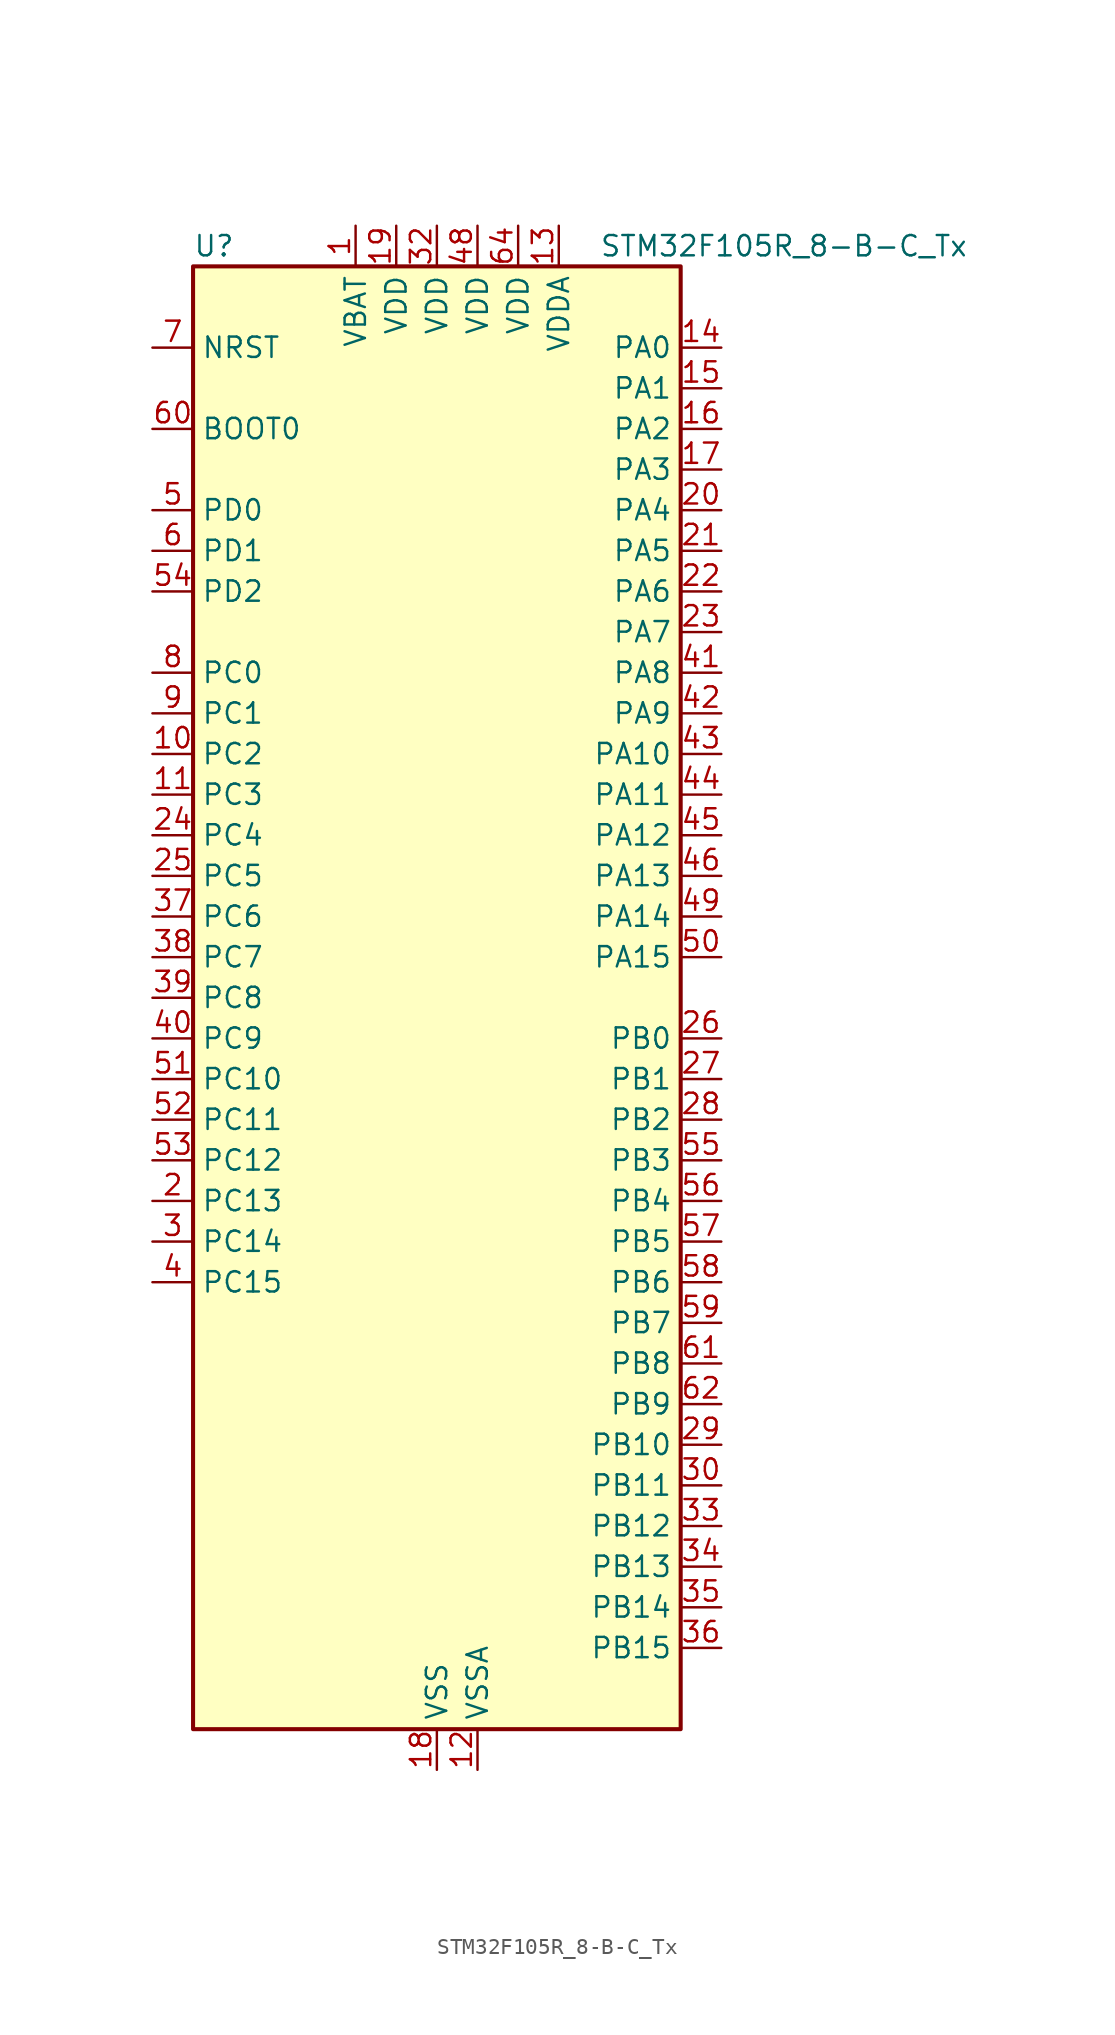
<source format=kicad_sym>
(kicad_symbol_lib
  (version 20241209)
  (generator "kicad_symbol_editor")
  (generator_version "9.0")
  (symbol "STM32F105R_8-B-C_Tx"
    (property "Reference" "U"
      (at -15.24 46.99 0)
      (effects (font (size 1.27 1.27)) (justify left)))
    (property "Value" "STM32F105R_8-B-C_Tx"
      (at 10.16 46.99 0)
      (effects (font (size 1.27 1.27)) (justify left)))
    (symbol "STM32F105R_8-B-C_Tx_0_1"
      (rectangle (start -15.24 -45.72) (end 15.24 45.72) (stroke (width 0.254) (type default)) (fill (type background))))
    (symbol "STM32F105R_8-B-C_Tx_1_1"
      (pin input line (at -17.78 40.64 0) (length 2.54) (name "NRST" (effects (font (size 1.27 1.27)))) (number "7" (effects (font (size 1.27 1.27)))))
      (pin input line (at -17.78 35.56 0) (length 2.54) (name "BOOT0" (effects (font (size 1.27 1.27)))) (number "60" (effects (font (size 1.27 1.27)))))
      (pin bidirectional line (at -17.78 30.48 0) (length 2.54) (name "PD0" (effects (font (size 1.27 1.27)))) (number "5" (effects (font (size 1.27 1.27)))) (alternate "RCC_OSC_IN" bidirectional line))
      (pin bidirectional line (at -17.78 27.94 0) (length 2.54) (name "PD1" (effects (font (size 1.27 1.27)))) (number "6" (effects (font (size 1.27 1.27)))) (alternate "RCC_OSC_OUT" bidirectional line))
      (pin bidirectional line (at -17.78 25.4 0) (length 2.54) (name "PD2" (effects (font (size 1.27 1.27)))) (number "54" (effects (font (size 1.27 1.27)))) (alternate "TIM3_ETR" bidirectional line) (alternate "UART5_RX" bidirectional line))
      (pin bidirectional line (at -17.78 20.32 0) (length 2.54) (name "PC0" (effects (font (size 1.27 1.27)))) (number "8" (effects (font (size 1.27 1.27)))) (alternate "ADC1_IN10" bidirectional line) (alternate "ADC2_IN10" bidirectional line))
      (pin bidirectional line (at -17.78 17.78 0) (length 2.54) (name "PC1" (effects (font (size 1.27 1.27)))) (number "9" (effects (font (size 1.27 1.27)))) (alternate "ADC1_IN11" bidirectional line) (alternate "ADC2_IN11" bidirectional line))
      (pin bidirectional line (at -17.78 15.24 0) (length 2.54) (name "PC2" (effects (font (size 1.27 1.27)))) (number "10" (effects (font (size 1.27 1.27)))) (alternate "ADC1_IN12" bidirectional line) (alternate "ADC2_IN12" bidirectional line))
      (pin bidirectional line (at -17.78 12.7 0) (length 2.54) (name "PC3" (effects (font (size 1.27 1.27)))) (number "11" (effects (font (size 1.27 1.27)))) (alternate "ADC1_IN13" bidirectional line) (alternate "ADC2_IN13" bidirectional line))
      (pin bidirectional line (at -17.78 10.16 0) (length 2.54) (name "PC4" (effects (font (size 1.27 1.27)))) (number "24" (effects (font (size 1.27 1.27)))) (alternate "ADC1_IN14" bidirectional line) (alternate "ADC2_IN14" bidirectional line))
      (pin bidirectional line (at -17.78 7.62 0) (length 2.54) (name "PC5" (effects (font (size 1.27 1.27)))) (number "25" (effects (font (size 1.27 1.27)))) (alternate "ADC1_IN15" bidirectional line) (alternate "ADC2_IN15" bidirectional line))
      (pin bidirectional line (at -17.78 5.08 0) (length 2.54) (name "PC6" (effects (font (size 1.27 1.27)))) (number "37" (effects (font (size 1.27 1.27)))) (alternate "I2S2_MCK" bidirectional line) (alternate "TIM3_CH1" bidirectional line))
      (pin bidirectional line (at -17.78 2.54 0) (length 2.54) (name "PC7" (effects (font (size 1.27 1.27)))) (number "38" (effects (font (size 1.27 1.27)))) (alternate "I2S3_MCK" bidirectional line) (alternate "TIM3_CH2" bidirectional line))
      (pin bidirectional line (at -17.78 0 0) (length 2.54) (name "PC8" (effects (font (size 1.27 1.27)))) (number "39" (effects (font (size 1.27 1.27)))) (alternate "TIM3_CH3" bidirectional line))
      (pin bidirectional line (at -17.78 -2.54 0) (length 2.54) (name "PC9" (effects (font (size 1.27 1.27)))) (number "40" (effects (font (size 1.27 1.27)))) (alternate "DAC_EXTI9" bidirectional line) (alternate "TIM3_CH4" bidirectional line))
      (pin bidirectional line (at -17.78 -5.08 0) (length 2.54) (name "PC10" (effects (font (size 1.27 1.27)))) (number "51" (effects (font (size 1.27 1.27)))) (alternate "I2S3_CK" bidirectional line) (alternate "SPI3_SCK" bidirectional line) (alternate "UART4_TX" bidirectional line) (alternate "USART3_TX" bidirectional line))
      (pin bidirectional line (at -17.78 -7.62 0) (length 2.54) (name "PC11" (effects (font (size 1.27 1.27)))) (number "52" (effects (font (size 1.27 1.27)))) (alternate "ADC1_EXTI11" bidirectional line) (alternate "ADC2_EXTI11" bidirectional line) (alternate "SPI3_MISO" bidirectional line) (alternate "UART4_RX" bidirectional line) (alternate "USART3_RX" bidirectional line))
      (pin bidirectional line (at -17.78 -10.16 0) (length 2.54) (name "PC12" (effects (font (size 1.27 1.27)))) (number "53" (effects (font (size 1.27 1.27)))) (alternate "I2S3_SD" bidirectional line) (alternate "SPI3_MOSI" bidirectional line) (alternate "UART5_TX" bidirectional line) (alternate "USART3_CK" bidirectional line))
      (pin bidirectional line (at -17.78 -12.7 0) (length 2.54) (name "PC13" (effects (font (size 1.27 1.27)))) (number "2" (effects (font (size 1.27 1.27)))) (alternate "RTC_OUT" bidirectional line) (alternate "RTC_TAMPER" bidirectional line))
      (pin bidirectional line (at -17.78 -15.24 0) (length 2.54) (name "PC14" (effects (font (size 1.27 1.27)))) (number "3" (effects (font (size 1.27 1.27)))) (alternate "RCC_OSC32_IN" bidirectional line))
      (pin bidirectional line (at -17.78 -17.78 0) (length 2.54) (name "PC15" (effects (font (size 1.27 1.27)))) (number "4" (effects (font (size 1.27 1.27)))) (alternate "ADC1_EXTI15" bidirectional line) (alternate "ADC2_EXTI15" bidirectional line) (alternate "RCC_OSC32_OUT" bidirectional line))
      (pin power_in line (at -5.08 48.26 270) (length 2.54) (name "VBAT" (effects (font (size 1.27 1.27)))) (number "1" (effects (font (size 1.27 1.27)))))
      (pin power_in line (at -2.54 48.26 270) (length 2.54) (name "VDD" (effects (font (size 1.27 1.27)))) (number "19" (effects (font (size 1.27 1.27)))))
      (pin power_in line (at 0 48.26 270) (length 2.54) (name "VDD" (effects (font (size 1.27 1.27)))) (number "32" (effects (font (size 1.27 1.27)))))
      (pin power_in line (at 0 -48.26 90) (length 2.54) (name "VSS" (effects (font (size 1.27 1.27)))) (number "18" (effects (font (size 1.27 1.27)))))
      (pin passive line (at 0 -48.26 90) (length 2.54) (hide yes) (name "VSS" (effects (font (size 1.27 1.27)))) (number "31" (effects (font (size 1.27 1.27)))))
      (pin passive line (at 0 -48.26 90) (length 2.54) (hide yes) (name "VSS" (effects (font (size 1.27 1.27)))) (number "47" (effects (font (size 1.27 1.27)))))
      (pin passive line (at 0 -48.26 90) (length 2.54) (hide yes) (name "VSS" (effects (font (size 1.27 1.27)))) (number "63" (effects (font (size 1.27 1.27)))))
      (pin power_in line (at 2.54 48.26 270) (length 2.54) (name "VDD" (effects (font (size 1.27 1.27)))) (number "48" (effects (font (size 1.27 1.27)))))
      (pin power_in line (at 2.54 -48.26 90) (length 2.54) (name "VSSA" (effects (font (size 1.27 1.27)))) (number "12" (effects (font (size 1.27 1.27)))))
      (pin power_in line (at 5.08 48.26 270) (length 2.54) (name "VDD" (effects (font (size 1.27 1.27)))) (number "64" (effects (font (size 1.27 1.27)))))
      (pin power_in line (at 7.62 48.26 270) (length 2.54) (name "VDDA" (effects (font (size 1.27 1.27)))) (number "13" (effects (font (size 1.27 1.27)))))
      (pin bidirectional line (at 17.78 40.64 180) (length 2.54) (name "PA0" (effects (font (size 1.27 1.27)))) (number "14" (effects (font (size 1.27 1.27)))) (alternate "ADC1_IN0" bidirectional line) (alternate "ADC2_IN0" bidirectional line) (alternate "SYS_WKUP" bidirectional line) (alternate "TIM2_CH1" bidirectional line) (alternate "TIM2_ETR" bidirectional line) (alternate "TIM5_CH1" bidirectional line) (alternate "USART2_CTS" bidirectional line))
      (pin bidirectional line (at 17.78 38.1 180) (length 2.54) (name "PA1" (effects (font (size 1.27 1.27)))) (number "15" (effects (font (size 1.27 1.27)))) (alternate "ADC1_IN1" bidirectional line) (alternate "ADC2_IN1" bidirectional line) (alternate "TIM2_CH2" bidirectional line) (alternate "TIM5_CH2" bidirectional line) (alternate "USART2_RTS" bidirectional line))
      (pin bidirectional line (at 17.78 35.56 180) (length 2.54) (name "PA2" (effects (font (size 1.27 1.27)))) (number "16" (effects (font (size 1.27 1.27)))) (alternate "ADC1_IN2" bidirectional line) (alternate "ADC2_IN2" bidirectional line) (alternate "TIM2_CH3" bidirectional line) (alternate "TIM5_CH3" bidirectional line) (alternate "USART2_TX" bidirectional line))
      (pin bidirectional line (at 17.78 33.02 180) (length 2.54) (name "PA3" (effects (font (size 1.27 1.27)))) (number "17" (effects (font (size 1.27 1.27)))) (alternate "ADC1_IN3" bidirectional line) (alternate "ADC2_IN3" bidirectional line) (alternate "TIM2_CH4" bidirectional line) (alternate "TIM5_CH4" bidirectional line) (alternate "USART2_RX" bidirectional line))
      (pin bidirectional line (at 17.78 30.48 180) (length 2.54) (name "PA4" (effects (font (size 1.27 1.27)))) (number "20" (effects (font (size 1.27 1.27)))) (alternate "ADC1_IN4" bidirectional line) (alternate "ADC2_IN4" bidirectional line) (alternate "DAC_OUT1" bidirectional line) (alternate "I2S3_WS" bidirectional line) (alternate "SPI1_NSS" bidirectional line) (alternate "SPI3_NSS" bidirectional line) (alternate "USART2_CK" bidirectional line))
      (pin bidirectional line (at 17.78 27.94 180) (length 2.54) (name "PA5" (effects (font (size 1.27 1.27)))) (number "21" (effects (font (size 1.27 1.27)))) (alternate "ADC1_IN5" bidirectional line) (alternate "ADC2_IN5" bidirectional line) (alternate "DAC_OUT2" bidirectional line) (alternate "SPI1_SCK" bidirectional line))
      (pin bidirectional line (at 17.78 25.4 180) (length 2.54) (name "PA6" (effects (font (size 1.27 1.27)))) (number "22" (effects (font (size 1.27 1.27)))) (alternate "ADC1_IN6" bidirectional line) (alternate "ADC2_IN6" bidirectional line) (alternate "SPI1_MISO" bidirectional line) (alternate "TIM1_BKIN" bidirectional line) (alternate "TIM3_CH1" bidirectional line))
      (pin bidirectional line (at 17.78 22.86 180) (length 2.54) (name "PA7" (effects (font (size 1.27 1.27)))) (number "23" (effects (font (size 1.27 1.27)))) (alternate "ADC1_IN7" bidirectional line) (alternate "ADC2_IN7" bidirectional line) (alternate "SPI1_MOSI" bidirectional line) (alternate "TIM1_CH1N" bidirectional line) (alternate "TIM3_CH2" bidirectional line))
      (pin bidirectional line (at 17.78 20.32 180) (length 2.54) (name "PA8" (effects (font (size 1.27 1.27)))) (number "41" (effects (font (size 1.27 1.27)))) (alternate "RCC_MCO" bidirectional line) (alternate "TIM1_CH1" bidirectional line) (alternate "USART1_CK" bidirectional line) (alternate "USB_OTG_FS_SOF" bidirectional line))
      (pin bidirectional line (at 17.78 17.78 180) (length 2.54) (name "PA9" (effects (font (size 1.27 1.27)))) (number "42" (effects (font (size 1.27 1.27)))) (alternate "DAC_EXTI9" bidirectional line) (alternate "TIM1_CH2" bidirectional line) (alternate "USART1_TX" bidirectional line) (alternate "USB_OTG_FS_VBUS" bidirectional line))
      (pin bidirectional line (at 17.78 15.24 180) (length 2.54) (name "PA10" (effects (font (size 1.27 1.27)))) (number "43" (effects (font (size 1.27 1.27)))) (alternate "TIM1_CH3" bidirectional line) (alternate "USART1_RX" bidirectional line) (alternate "USB_OTG_FS_ID" bidirectional line))
      (pin bidirectional line (at 17.78 12.7 180) (length 2.54) (name "PA11" (effects (font (size 1.27 1.27)))) (number "44" (effects (font (size 1.27 1.27)))) (alternate "ADC1_EXTI11" bidirectional line) (alternate "ADC2_EXTI11" bidirectional line) (alternate "CAN1_RX" bidirectional line) (alternate "TIM1_CH4" bidirectional line) (alternate "USART1_CTS" bidirectional line) (alternate "USB_OTG_FS_DM" bidirectional line))
      (pin bidirectional line (at 17.78 10.16 180) (length 2.54) (name "PA12" (effects (font (size 1.27 1.27)))) (number "45" (effects (font (size 1.27 1.27)))) (alternate "CAN1_TX" bidirectional line) (alternate "TIM1_ETR" bidirectional line) (alternate "USART1_RTS" bidirectional line) (alternate "USB_OTG_FS_DP" bidirectional line))
      (pin bidirectional line (at 17.78 7.62 180) (length 2.54) (name "PA13" (effects (font (size 1.27 1.27)))) (number "46" (effects (font (size 1.27 1.27)))) (alternate "SYS_JTMS-SWDIO" bidirectional line))
      (pin bidirectional line (at 17.78 5.08 180) (length 2.54) (name "PA14" (effects (font (size 1.27 1.27)))) (number "49" (effects (font (size 1.27 1.27)))) (alternate "SYS_JTCK-SWCLK" bidirectional line))
      (pin bidirectional line (at 17.78 2.54 180) (length 2.54) (name "PA15" (effects (font (size 1.27 1.27)))) (number "50" (effects (font (size 1.27 1.27)))) (alternate "ADC1_EXTI15" bidirectional line) (alternate "ADC2_EXTI15" bidirectional line) (alternate "I2S3_WS" bidirectional line) (alternate "SPI1_NSS" bidirectional line) (alternate "SPI3_NSS" bidirectional line) (alternate "SYS_JTDI" bidirectional line) (alternate "TIM2_CH1" bidirectional line) (alternate "TIM2_ETR" bidirectional line))
      (pin bidirectional line (at 17.78 -2.54 180) (length 2.54) (name "PB0" (effects (font (size 1.27 1.27)))) (number "26" (effects (font (size 1.27 1.27)))) (alternate "ADC1_IN8" bidirectional line) (alternate "ADC2_IN8" bidirectional line) (alternate "TIM1_CH2N" bidirectional line) (alternate "TIM3_CH3" bidirectional line))
      (pin bidirectional line (at 17.78 -5.08 180) (length 2.54) (name "PB1" (effects (font (size 1.27 1.27)))) (number "27" (effects (font (size 1.27 1.27)))) (alternate "ADC1_IN9" bidirectional line) (alternate "ADC2_IN9" bidirectional line) (alternate "TIM1_CH3N" bidirectional line) (alternate "TIM3_CH4" bidirectional line))
      (pin bidirectional line (at 17.78 -7.62 180) (length 2.54) (name "PB2" (effects (font (size 1.27 1.27)))) (number "28" (effects (font (size 1.27 1.27)))))
      (pin bidirectional line (at 17.78 -10.16 180) (length 2.54) (name "PB3" (effects (font (size 1.27 1.27)))) (number "55" (effects (font (size 1.27 1.27)))) (alternate "I2S3_CK" bidirectional line) (alternate "SPI1_SCK" bidirectional line) (alternate "SPI3_SCK" bidirectional line) (alternate "SYS_JTDO" bidirectional line) (alternate "SYS_TRACESWO" bidirectional line) (alternate "TIM2_CH2" bidirectional line))
      (pin bidirectional line (at 17.78 -12.7 180) (length 2.54) (name "PB4" (effects (font (size 1.27 1.27)))) (number "56" (effects (font (size 1.27 1.27)))) (alternate "SPI1_MISO" bidirectional line) (alternate "SPI3_MISO" bidirectional line) (alternate "SYS_NJTRST" bidirectional line) (alternate "TIM3_CH1" bidirectional line))
      (pin bidirectional line (at 17.78 -15.24 180) (length 2.54) (name "PB5" (effects (font (size 1.27 1.27)))) (number "57" (effects (font (size 1.27 1.27)))) (alternate "CAN2_RX" bidirectional line) (alternate "I2C1_SMBA" bidirectional line) (alternate "I2S3_SD" bidirectional line) (alternate "SPI1_MOSI" bidirectional line) (alternate "SPI3_MOSI" bidirectional line) (alternate "TIM3_CH2" bidirectional line))
      (pin bidirectional line (at 17.78 -17.78 180) (length 2.54) (name "PB6" (effects (font (size 1.27 1.27)))) (number "58" (effects (font (size 1.27 1.27)))) (alternate "CAN2_TX" bidirectional line) (alternate "I2C1_SCL" bidirectional line) (alternate "TIM4_CH1" bidirectional line) (alternate "USART1_TX" bidirectional line))
      (pin bidirectional line (at 17.78 -20.32 180) (length 2.54) (name "PB7" (effects (font (size 1.27 1.27)))) (number "59" (effects (font (size 1.27 1.27)))) (alternate "I2C1_SDA" bidirectional line) (alternate "TIM4_CH2" bidirectional line) (alternate "USART1_RX" bidirectional line))
      (pin bidirectional line (at 17.78 -22.86 180) (length 2.54) (name "PB8" (effects (font (size 1.27 1.27)))) (number "61" (effects (font (size 1.27 1.27)))) (alternate "CAN1_RX" bidirectional line) (alternate "I2C1_SCL" bidirectional line) (alternate "TIM4_CH3" bidirectional line))
      (pin bidirectional line (at 17.78 -25.4 180) (length 2.54) (name "PB9" (effects (font (size 1.27 1.27)))) (number "62" (effects (font (size 1.27 1.27)))) (alternate "CAN1_TX" bidirectional line) (alternate "DAC_EXTI9" bidirectional line) (alternate "I2C1_SDA" bidirectional line) (alternate "TIM4_CH4" bidirectional line))
      (pin bidirectional line (at 17.78 -27.94 180) (length 2.54) (name "PB10" (effects (font (size 1.27 1.27)))) (number "29" (effects (font (size 1.27 1.27)))) (alternate "I2C2_SCL" bidirectional line) (alternate "TIM2_CH3" bidirectional line) (alternate "USART3_TX" bidirectional line))
      (pin bidirectional line (at 17.78 -30.48 180) (length 2.54) (name "PB11" (effects (font (size 1.27 1.27)))) (number "30" (effects (font (size 1.27 1.27)))) (alternate "ADC1_EXTI11" bidirectional line) (alternate "ADC2_EXTI11" bidirectional line) (alternate "I2C2_SDA" bidirectional line) (alternate "TIM2_CH4" bidirectional line) (alternate "USART3_RX" bidirectional line))
      (pin bidirectional line (at 17.78 -33.02 180) (length 2.54) (name "PB12" (effects (font (size 1.27 1.27)))) (number "33" (effects (font (size 1.27 1.27)))) (alternate "CAN2_RX" bidirectional line) (alternate "I2C2_SMBA" bidirectional line) (alternate "I2S2_WS" bidirectional line) (alternate "SPI2_NSS" bidirectional line) (alternate "TIM1_BKIN" bidirectional line) (alternate "USART3_CK" bidirectional line))
      (pin bidirectional line (at 17.78 -35.56 180) (length 2.54) (name "PB13" (effects (font (size 1.27 1.27)))) (number "34" (effects (font (size 1.27 1.27)))) (alternate "CAN2_TX" bidirectional line) (alternate "I2S2_CK" bidirectional line) (alternate "SPI2_SCK" bidirectional line) (alternate "TIM1_CH1N" bidirectional line) (alternate "USART3_CTS" bidirectional line))
      (pin bidirectional line (at 17.78 -38.1 180) (length 2.54) (name "PB14" (effects (font (size 1.27 1.27)))) (number "35" (effects (font (size 1.27 1.27)))) (alternate "SPI2_MISO" bidirectional line) (alternate "TIM1_CH2N" bidirectional line) (alternate "USART3_RTS" bidirectional line))
      (pin bidirectional line (at 17.78 -40.64 180) (length 2.54) (name "PB15" (effects (font (size 1.27 1.27)))) (number "36" (effects (font (size 1.27 1.27)))) (alternate "ADC1_EXTI15" bidirectional line) (alternate "ADC2_EXTI15" bidirectional line) (alternate "I2S2_SD" bidirectional line) (alternate "SPI2_MOSI" bidirectional line) (alternate "TIM1_CH3N" bidirectional line)))))
</source>
